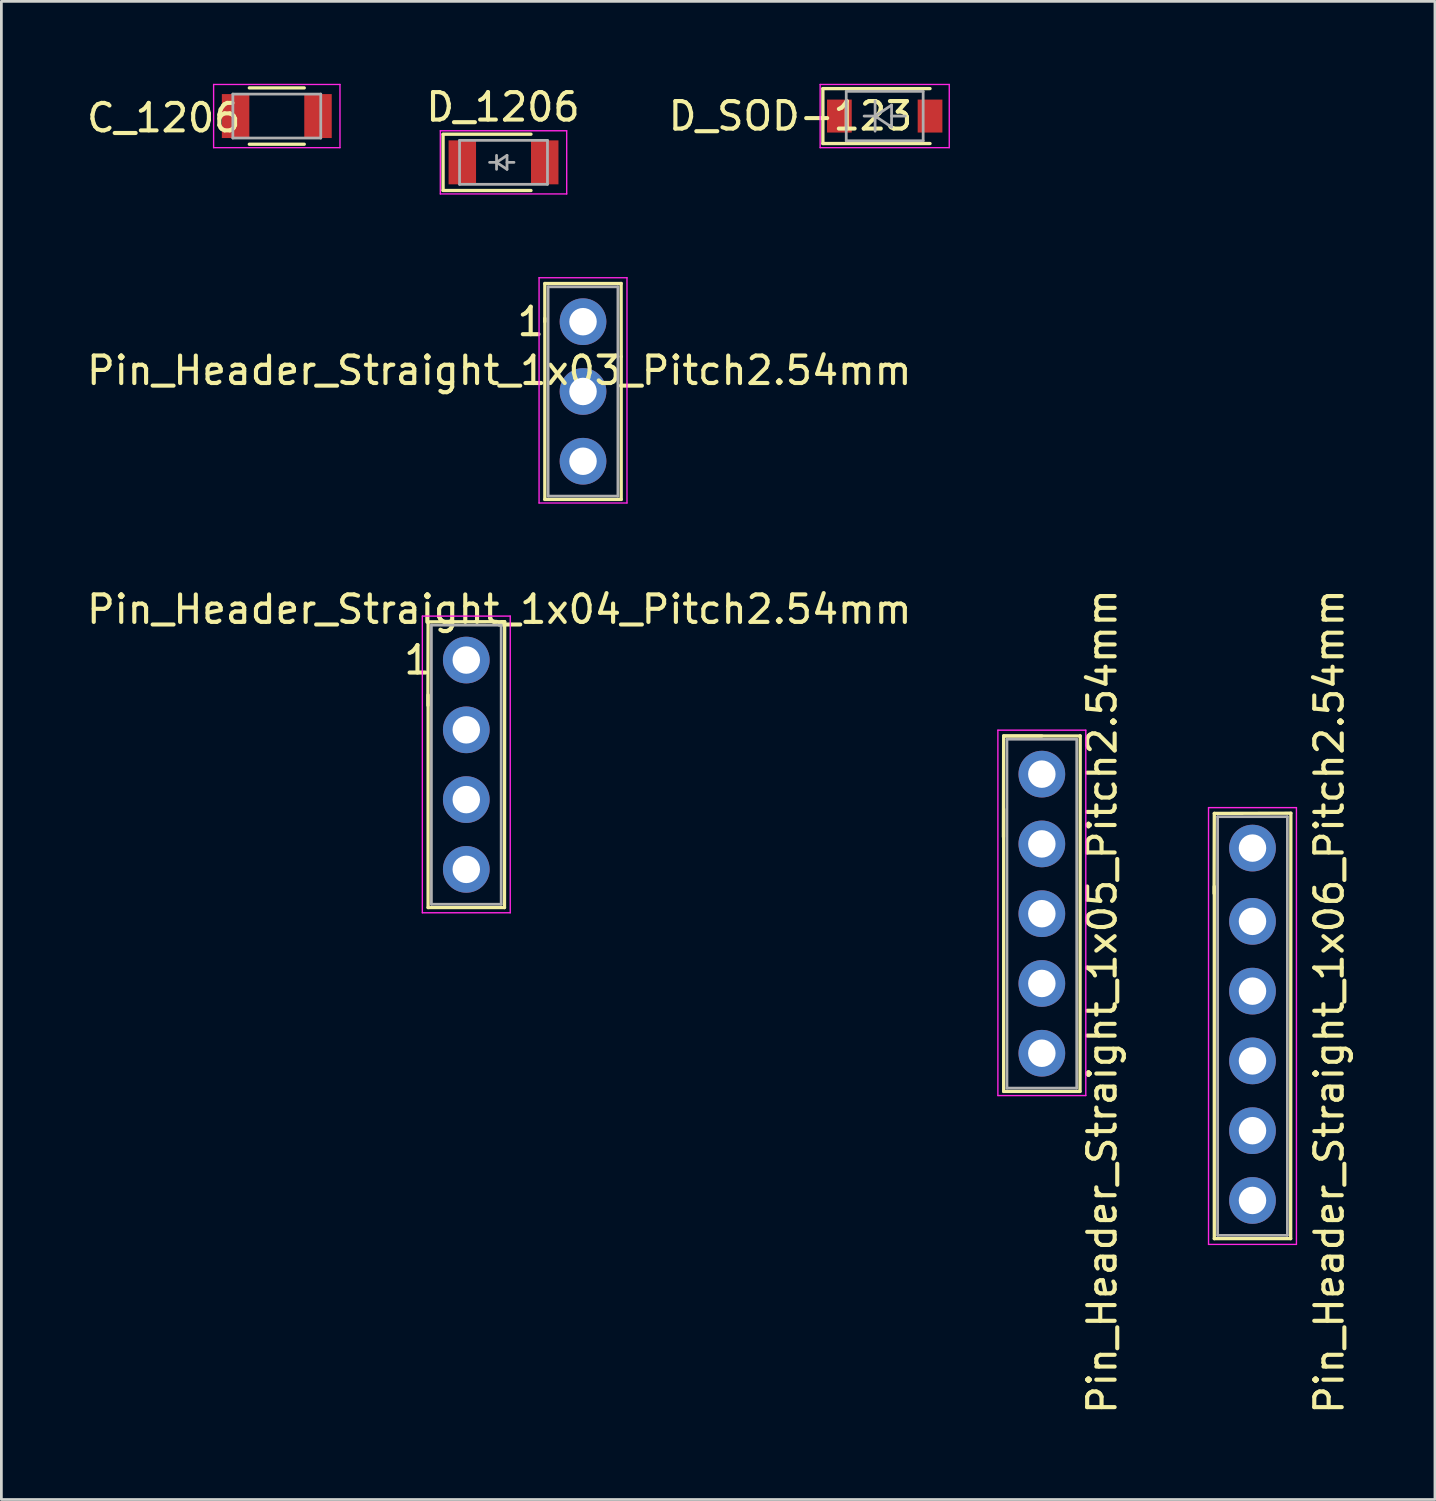
<source format=kicad_pcb>
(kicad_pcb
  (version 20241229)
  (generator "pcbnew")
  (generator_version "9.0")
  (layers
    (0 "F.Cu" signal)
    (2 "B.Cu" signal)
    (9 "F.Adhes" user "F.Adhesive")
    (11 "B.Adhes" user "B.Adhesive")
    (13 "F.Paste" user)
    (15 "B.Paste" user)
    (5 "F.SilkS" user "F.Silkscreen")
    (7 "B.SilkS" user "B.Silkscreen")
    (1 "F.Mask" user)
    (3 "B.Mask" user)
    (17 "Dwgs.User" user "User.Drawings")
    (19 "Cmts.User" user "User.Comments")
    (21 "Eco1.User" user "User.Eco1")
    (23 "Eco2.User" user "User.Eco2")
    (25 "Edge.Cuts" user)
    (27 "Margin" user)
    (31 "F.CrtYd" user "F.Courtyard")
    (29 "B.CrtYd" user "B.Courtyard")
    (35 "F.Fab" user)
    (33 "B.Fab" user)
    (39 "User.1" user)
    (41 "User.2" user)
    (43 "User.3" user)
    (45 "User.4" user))
  (footprint "D_SOD-123"
    (layer "F.Cu")
    (at 29.155 1.175)
    (property "Reference" "D_SOD-123" (at -3.429 0 0) (layer "F.SilkS") (effects (font (size 1 1) (thickness 0.15))))
    (attr smd)
    (fp_line (start -2.25 -1) (end -2.25 1) (stroke (width 0.12) (type solid)) (layer "F.SilkS"))
    (fp_line (start -2.25 -1) (end 1.65 -1) (stroke (width 0.12) (type solid)) (layer "F.SilkS"))
    (fp_line (start -2.25 1) (end 1.65 1) (stroke (width 0.12) (type solid)) (layer "F.SilkS"))
    (fp_line (start -2.35 -1.15) (end -2.35 1.15) (stroke (width 0.05) (type solid)) (layer "F.CrtYd"))
    (fp_line (start -2.35 -1.15) (end 2.35 -1.15) (stroke (width 0.05) (type solid)) (layer "F.CrtYd"))
    (fp_line (start 2.35 -1.15) (end 2.35 1.15) (stroke (width 0.05) (type solid)) (layer "F.CrtYd"))
    (fp_line (start 2.35 1.15) (end -2.35 1.15) (stroke (width 0.05) (type solid)) (layer "F.CrtYd"))
    (fp_line (start -1.4 -0.9) (end 1.4 -0.9) (stroke (width 0.1) (type solid)) (layer "F.Fab"))
    (fp_line (start -1.4 0.9) (end -1.4 -0.9) (stroke (width 0.1) (type solid)) (layer "F.Fab"))
    (fp_line (start -0.75 0) (end -0.35 0) (stroke (width 0.1) (type solid)) (layer "F.Fab"))
    (fp_line (start -0.35 0) (end -0.35 -0.55) (stroke (width 0.1) (type solid)) (layer "F.Fab"))
    (fp_line (start -0.35 0) (end -0.35 0.55) (stroke (width 0.1) (type solid)) (layer "F.Fab"))
    (fp_line (start -0.35 0) (end 0.25 -0.4) (stroke (width 0.1) (type solid)) (layer "F.Fab"))
    (fp_line (start 0.25 -0.4) (end 0.25 0.4) (stroke (width 0.1) (type solid)) (layer "F.Fab"))
    (fp_line (start 0.25 0) (end 0.75 0) (stroke (width 0.1) (type solid)) (layer "F.Fab"))
    (fp_line (start 0.25 0.4) (end -0.35 0) (stroke (width 0.1) (type solid)) (layer "F.Fab"))
    (fp_line (start 1.4 -0.9) (end 1.4 0.9) (stroke (width 0.1) (type solid)) (layer "F.Fab"))
    (fp_line (start 1.4 0.9) (end -1.4 0.9) (stroke (width 0.1) (type solid)) (layer "F.Fab"))
    (pad "1" smd rect (at -1.65 0) (size 0.9 1.2) (layers "F.Cu" "F.Mask" "F.Paste"))
    (pad "2" smd rect (at 1.65 0) (size 0.9 1.2) (layers "F.Cu" "F.Mask" "F.Paste")))
  (footprint "D_1206"
    (layer "F.Cu")
    (at 15.279 2.86)
    (property "Reference" "D_1206" (at -0.018 -2.012 0) (layer "F.SilkS") (effects (font (size 1 1) (thickness 0.15))))
    (attr smd)
    (fp_line (start -2.2 -1.016) (end -2.2 1.016) (stroke (width 0.12) (type solid)) (layer "F.SilkS"))
    (fp_line (start -2.2 1.025) (end 1 1.025) (stroke (width 0.12) (type solid)) (layer "F.SilkS"))
    (fp_line (start 1 -1.025) (end -2.2 -1.025) (stroke (width 0.12) (type solid)) (layer "F.SilkS"))
    (fp_line (start -2.3 -1.15) (end -2.3 1.15) (stroke (width 0.05) (type solid)) (layer "F.CrtYd"))
    (fp_line (start -2.3 -1.15) (end 2.3 -1.15) (stroke (width 0.05) (type solid)) (layer "F.CrtYd"))
    (fp_line (start -2.3 1.15) (end 2.3 1.15) (stroke (width 0.05) (type solid)) (layer "F.CrtYd"))
    (fp_line (start 2.3 -1.15) (end 2.3 1.15) (stroke (width 0.05) (type solid)) (layer "F.CrtYd"))
    (fp_line (start -1.6 -0.8) (end 1.6 -0.8) (stroke (width 0.1) (type solid)) (layer "F.Fab"))
    (fp_line (start -1.6 0.8) (end -1.6 -0.8) (stroke (width 0.1) (type solid)) (layer "F.Fab"))
    (fp_line (start -0.254 -0.254) (end -0.254 0.254) (stroke (width 0.1) (type solid)) (layer "F.Fab"))
    (fp_line (start -0.254 0) (end -0.508 0) (stroke (width 0.1) (type solid)) (layer "F.Fab"))
    (fp_line (start -0.254 0) (end 0.127 -0.254) (stroke (width 0.1) (type solid)) (layer "F.Fab"))
    (fp_line (start 0.127 -0.254) (end 0.127 0.254) (stroke (width 0.1) (type solid)) (layer "F.Fab"))
    (fp_line (start 0.127 0) (end 0.381 0) (stroke (width 0.1) (type solid)) (layer "F.Fab"))
    (fp_line (start 0.127 0.254) (end -0.254 0) (stroke (width 0.1) (type solid)) (layer "F.Fab"))
    (fp_line (start 1.6 -0.8) (end 1.6 0.8) (stroke (width 0.1) (type solid)) (layer "F.Fab"))
    (fp_line (start 1.6 0.8) (end -1.6 0.8) (stroke (width 0.1) (type solid)) (layer "F.Fab"))
    (pad "1" smd rect (at -1.5 0) (size 1 1.6) (layers "F.Cu" "F.Mask" "F.Paste"))
    (pad "2" smd rect (at 1.5 0) (size 1 1.6) (layers "F.Cu" "F.Mask" "F.Paste")))
  (footprint "Pin_Header_Straight_1x04_Pitch2.54mm"
    (layer "F.Cu")
    (at 13.924 20.977)
    (property "Reference" "Pin_Header_Straight_1x04_Pitch2.54mm" (at 1.201 -1.844 0) (layer "F.SilkS") (effects (font (size 1 1) (thickness 0.15))))
    (attr through_hole)
    (fp_line (start -1.397 1.651) (end -1.39 -1.39) (stroke (width 0.12) (type solid)) (layer "F.SilkS"))
    (fp_line (start -1.39 -1.39) (end 1.397 -1.397) (stroke (width 0.12) (type solid)) (layer "F.SilkS"))
    (fp_line (start -1.39 1.27) (end -1.39 9.01) (stroke (width 0.12) (type solid)) (layer "F.SilkS"))
    (fp_line (start -1.39 9.01) (end 1.39 9.01) (stroke (width 0.12) (type solid)) (layer "F.SilkS"))
    (fp_line (start 1.39 9.01) (end 1.397 -1.397) (stroke (width 0.12) (type solid)) (layer "F.SilkS"))
    (fp_line (start -1.6 -1.6) (end -1.6 9.2) (stroke (width 0.05) (type solid)) (layer "F.CrtYd"))
    (fp_line (start -1.6 9.2) (end 1.6 9.2) (stroke (width 0.05) (type solid)) (layer "F.CrtYd"))
    (fp_line (start 1.6 -1.6) (end -1.6 -1.6) (stroke (width 0.05) (type solid)) (layer "F.CrtYd"))
    (fp_line (start 1.6 9.2) (end 1.6 -1.6) (stroke (width 0.05) (type solid)) (layer "F.CrtYd"))
    (fp_line (start -1.27 -1.27) (end -1.27 8.89) (stroke (width 0.1) (type solid)) (layer "F.Fab"))
    (fp_line (start -1.27 8.89) (end 1.27 8.89) (stroke (width 0.1) (type solid)) (layer "F.Fab"))
    (fp_line (start 1.27 -1.27) (end -1.27 -1.27) (stroke (width 0.1) (type solid)) (layer "F.Fab"))
    (fp_line (start 1.27 8.89) (end 1.27 -1.27) (stroke (width 0.1) (type solid)) (layer "F.Fab"))
    (fp_text user "1" (at -1.778 0 0) (layer "F.SilkS") (effects (font (size 1 1) (thickness 0.15))))
    (pad "1" thru_hole oval (at 0 0) (size 1.7 1.7) (drill 1) (layers "*.Cu" "*.Mask"))
    (pad "2" thru_hole oval (at 0 2.54) (size 1.7 1.7) (drill 1) (layers "*.Cu" "*.Mask"))
    (pad "3" thru_hole oval (at 0 5.08) (size 1.7 1.7) (drill 1) (layers "*.Cu" "*.Mask"))
    (pad "4" thru_hole oval (at 0 7.62) (size 1.7 1.7) (drill 1) (layers "*.Cu" "*.Mask")))
  (footprint "Pin_Header_Straight_1x06_Pitch2.54mm"
    (layer "F.Cu")
    (at 42.543 27.949)
    (property "Reference" "Pin_Header_Straight_1x06_Pitch2.54mm" (at 2.794 5.461 90) (layer "F.SilkS") (effects (font (size 1 1) (thickness 0.15))))
    (attr through_hole)
    (fp_line (start -1.397 1.524) (end -1.39 -1.39) (stroke (width 0.12) (type solid)) (layer "F.SilkS"))
    (fp_line (start -1.39 -1.39) (end 1.397 -1.397) (stroke (width 0.12) (type solid)) (layer "F.SilkS"))
    (fp_line (start -1.39 1.27) (end -1.39 14.09) (stroke (width 0.12) (type solid)) (layer "F.SilkS"))
    (fp_line (start -1.39 14.09) (end 1.39 14.09) (stroke (width 0.12) (type solid)) (layer "F.SilkS"))
    (fp_line (start 1.39 14.09) (end 1.397 -1.397) (stroke (width 0.12) (type solid)) (layer "F.SilkS"))
    (fp_line (start -1.6 -1.6) (end -1.6 14.3) (stroke (width 0.05) (type solid)) (layer "F.CrtYd"))
    (fp_line (start -1.6 14.3) (end 1.6 14.3) (stroke (width 0.05) (type solid)) (layer "F.CrtYd"))
    (fp_line (start 1.6 -1.6) (end -1.6 -1.6) (stroke (width 0.05) (type solid)) (layer "F.CrtYd"))
    (fp_line (start 1.6 14.3) (end 1.6 -1.6) (stroke (width 0.05) (type solid)) (layer "F.CrtYd"))
    (fp_line (start -1.27 -1.27) (end -1.27 13.97) (stroke (width 0.1) (type solid)) (layer "F.Fab"))
    (fp_line (start -1.27 13.97) (end 1.27 13.97) (stroke (width 0.1) (type solid)) (layer "F.Fab"))
    (fp_line (start 1.27 -1.27) (end -1.27 -1.27) (stroke (width 0.1) (type solid)) (layer "F.Fab"))
    (fp_line (start 1.27 13.97) (end 1.27 -1.27) (stroke (width 0.1) (type solid)) (layer "F.Fab"))
    (pad "1" thru_hole oval (at 0 -0.127) (size 1.7 1.7) (drill 1) (layers "*.Cu" "*.Mask"))
    (pad "2" thru_hole oval (at 0 2.54) (size 1.7 1.7) (drill 1) (layers "*.Cu" "*.Mask"))
    (pad "3" thru_hole oval (at 0 5.08) (size 1.7 1.7) (drill 1) (layers "*.Cu" "*.Mask"))
    (pad "4" thru_hole oval (at 0 7.62) (size 1.7 1.7) (drill 1) (layers "*.Cu" "*.Mask"))
    (pad "5" thru_hole oval (at 0 10.16) (size 1.7 1.7) (drill 1) (layers "*.Cu" "*.Mask"))
    (pad "6" thru_hole oval (at 0 12.7) (size 1.7 1.7) (drill 1) (layers "*.Cu" "*.Mask")))
  (footprint "C_1206"
    (layer "F.Cu")
    (at 7.026 1.175)
    (property "Reference" "C_1206" (at -4.115 0.066 0) (layer "F.SilkS") (effects (font (size 1 1) (thickness 0.15))))
    (attr smd)
    (fp_line (start -1 1.025) (end 1 1.025) (stroke (width 0.12) (type solid)) (layer "F.SilkS"))
    (fp_line (start 1 -1.025) (end -1 -1.025) (stroke (width 0.12) (type solid)) (layer "F.SilkS"))
    (fp_line (start -2.3 -1.15) (end -2.3 1.15) (stroke (width 0.05) (type solid)) (layer "F.CrtYd"))
    (fp_line (start -2.3 -1.15) (end 2.3 -1.15) (stroke (width 0.05) (type solid)) (layer "F.CrtYd"))
    (fp_line (start -2.3 1.15) (end 2.3 1.15) (stroke (width 0.05) (type solid)) (layer "F.CrtYd"))
    (fp_line (start 2.3 -1.15) (end 2.3 1.15) (stroke (width 0.05) (type solid)) (layer "F.CrtYd"))
    (fp_line (start -1.6 -0.8) (end 1.6 -0.8) (stroke (width 0.1) (type solid)) (layer "F.Fab"))
    (fp_line (start -1.6 0.8) (end -1.6 -0.8) (stroke (width 0.1) (type solid)) (layer "F.Fab"))
    (fp_line (start 1.6 -0.8) (end 1.6 0.8) (stroke (width 0.1) (type solid)) (layer "F.Fab"))
    (fp_line (start 1.6 0.8) (end -1.6 0.8) (stroke (width 0.1) (type solid)) (layer "F.Fab"))
    (pad "1" smd rect (at -1.5 0) (size 1 1.6) (layers "F.Cu" "F.Mask" "F.Paste"))
    (pad "2" smd rect (at 1.5 0) (size 1 1.6) (layers "F.Cu" "F.Mask" "F.Paste")))
  (footprint "Pin_Header_Straight_1x03_Pitch2.54mm"
    (layer "F.Cu")
    (at 18.173 8.66)
    (property "Reference" "Pin_Header_Straight_1x03_Pitch2.54mm" (at -3.048 1.778 0) (layer "F.SilkS") (effects (font (size 1 1) (thickness 0.15))))
    (attr through_hole)
    (fp_line (start -1.39 0) (end -1.39 -1.39) (stroke (width 0.12) (type solid)) (layer "F.SilkS"))
    (fp_line (start -1.39 6.47) (end 1.39 6.47) (stroke (width 0.12) (type solid)) (layer "F.SilkS"))
    (fp_line (start -1.389 -0.122) (end -1.39 6.47) (stroke (width 0.12) (type solid)) (layer "F.SilkS"))
    (fp_line (start 1.39 -1.39) (end -1.39 -1.39) (stroke (width 0.12) (type solid)) (layer "F.SilkS"))
    (fp_line (start 1.39 1.27) (end 1.387 -1.392) (stroke (width 0.12) (type solid)) (layer "F.SilkS"))
    (fp_line (start 1.39 6.47) (end 1.39 1.27) (stroke (width 0.12) (type solid)) (layer "F.SilkS"))
    (fp_line (start -1.6 -1.6) (end -1.6 6.6) (stroke (width 0.05) (type solid)) (layer "F.CrtYd"))
    (fp_line (start -1.6 6.6) (end 1.6 6.6) (stroke (width 0.05) (type solid)) (layer "F.CrtYd"))
    (fp_line (start 1.6 -1.6) (end -1.6 -1.6) (stroke (width 0.05) (type solid)) (layer "F.CrtYd"))
    (fp_line (start 1.6 6.6) (end 1.6 -1.6) (stroke (width 0.05) (type solid)) (layer "F.CrtYd"))
    (fp_line (start -1.27 -1.27) (end -1.27 6.35) (stroke (width 0.1) (type solid)) (layer "F.Fab"))
    (fp_line (start -1.27 6.35) (end 1.27 6.35) (stroke (width 0.1) (type solid)) (layer "F.Fab"))
    (fp_line (start 1.27 -1.27) (end -1.27 -1.27) (stroke (width 0.1) (type solid)) (layer "F.Fab"))
    (fp_line (start 1.27 6.35) (end 1.27 -1.27) (stroke (width 0.1) (type solid)) (layer "F.Fab"))
    (fp_text user "1" (at -1.905 0 0) (layer "F.SilkS") (effects (font (size 1 1) (thickness 0.15))))
    (pad "1" thru_hole circle (at 0 0) (size 1.7 1.7) (drill 1) (layers "*.Cu" "*.Mask"))
    (pad "2" thru_hole oval (at 0 2.54) (size 1.7 1.7) (drill 1) (layers "*.Cu" "*.Mask"))
    (pad "3" thru_hole oval (at 0 5.08) (size 1.7 1.7) (drill 1) (layers "*.Cu" "*.Mask")))
  (footprint "Pin_Header_Straight_1x05_Pitch2.54mm"
    (layer "F.Cu")
    (at 34.875 25.13)
    (property "Reference" "Pin_Header_Straight_1x05_Pitch2.54mm" (at 2.195 8.28 90) (layer "F.SilkS") (effects (font (size 1 1) (thickness 0.15))))
    (attr through_hole)
    (fp_line (start -1.397 2.286) (end -1.39 -1.39) (stroke (width 0.12) (type solid)) (layer "F.SilkS"))
    (fp_line (start -1.39 -1.39) (end 0 -1.39) (stroke (width 0.12) (type solid)) (layer "F.SilkS"))
    (fp_line (start -1.39 1.27) (end -1.39 11.55) (stroke (width 0.12) (type solid)) (layer "F.SilkS"))
    (fp_line (start -1.39 11.55) (end 1.39 11.55) (stroke (width 0.12) (type solid)) (layer "F.SilkS"))
    (fp_line (start 1.39 -1.39) (end -1.39 -1.39) (stroke (width 0.12) (type solid)) (layer "F.SilkS"))
    (fp_line (start 1.39 11.55) (end 1.397 -1.397) (stroke (width 0.12) (type solid)) (layer "F.SilkS"))
    (fp_line (start -1.6 -1.6) (end -1.6 11.7) (stroke (width 0.05) (type solid)) (layer "F.CrtYd"))
    (fp_line (start -1.6 11.7) (end 1.6 11.7) (stroke (width 0.05) (type solid)) (layer "F.CrtYd"))
    (fp_line (start 1.6 -1.6) (end -1.6 -1.6) (stroke (width 0.05) (type solid)) (layer "F.CrtYd"))
    (fp_line (start 1.6 11.7) (end 1.6 -1.6) (stroke (width 0.05) (type solid)) (layer "F.CrtYd"))
    (fp_line (start -1.27 -1.27) (end -1.27 11.43) (stroke (width 0.1) (type solid)) (layer "F.Fab"))
    (fp_line (start -1.27 11.43) (end 1.27 11.43) (stroke (width 0.1) (type solid)) (layer "F.Fab"))
    (fp_line (start 1.27 -1.27) (end -1.27 -1.27) (stroke (width 0.1) (type solid)) (layer "F.Fab"))
    (fp_line (start 1.27 11.43) (end 1.27 -1.27) (stroke (width 0.1) (type solid)) (layer "F.Fab"))
    (pad "1" thru_hole oval (at 0 0) (size 1.7 1.7) (drill 1) (layers "*.Cu" "*.Mask"))
    (pad "2" thru_hole oval (at 0 2.54) (size 1.7 1.7) (drill 1) (layers "*.Cu" "*.Mask"))
    (pad "3" thru_hole oval (at 0 5.08) (size 1.7 1.7) (drill 1) (layers "*.Cu" "*.Mask"))
    (pad "4" thru_hole oval (at 0 7.62) (size 1.7 1.7) (drill 1) (layers "*.Cu" "*.Mask"))
    (pad "5" thru_hole oval (at 0 10.16) (size 1.7 1.7) (drill 1) (layers "*.Cu" "*.Mask")))
  (gr_rect
    (start -3 -3)
    (end 49.185 51.535)
    (stroke (width 0.1) (type default))
    (fill no)
    (layer "Edge.Cuts")))
</source>
